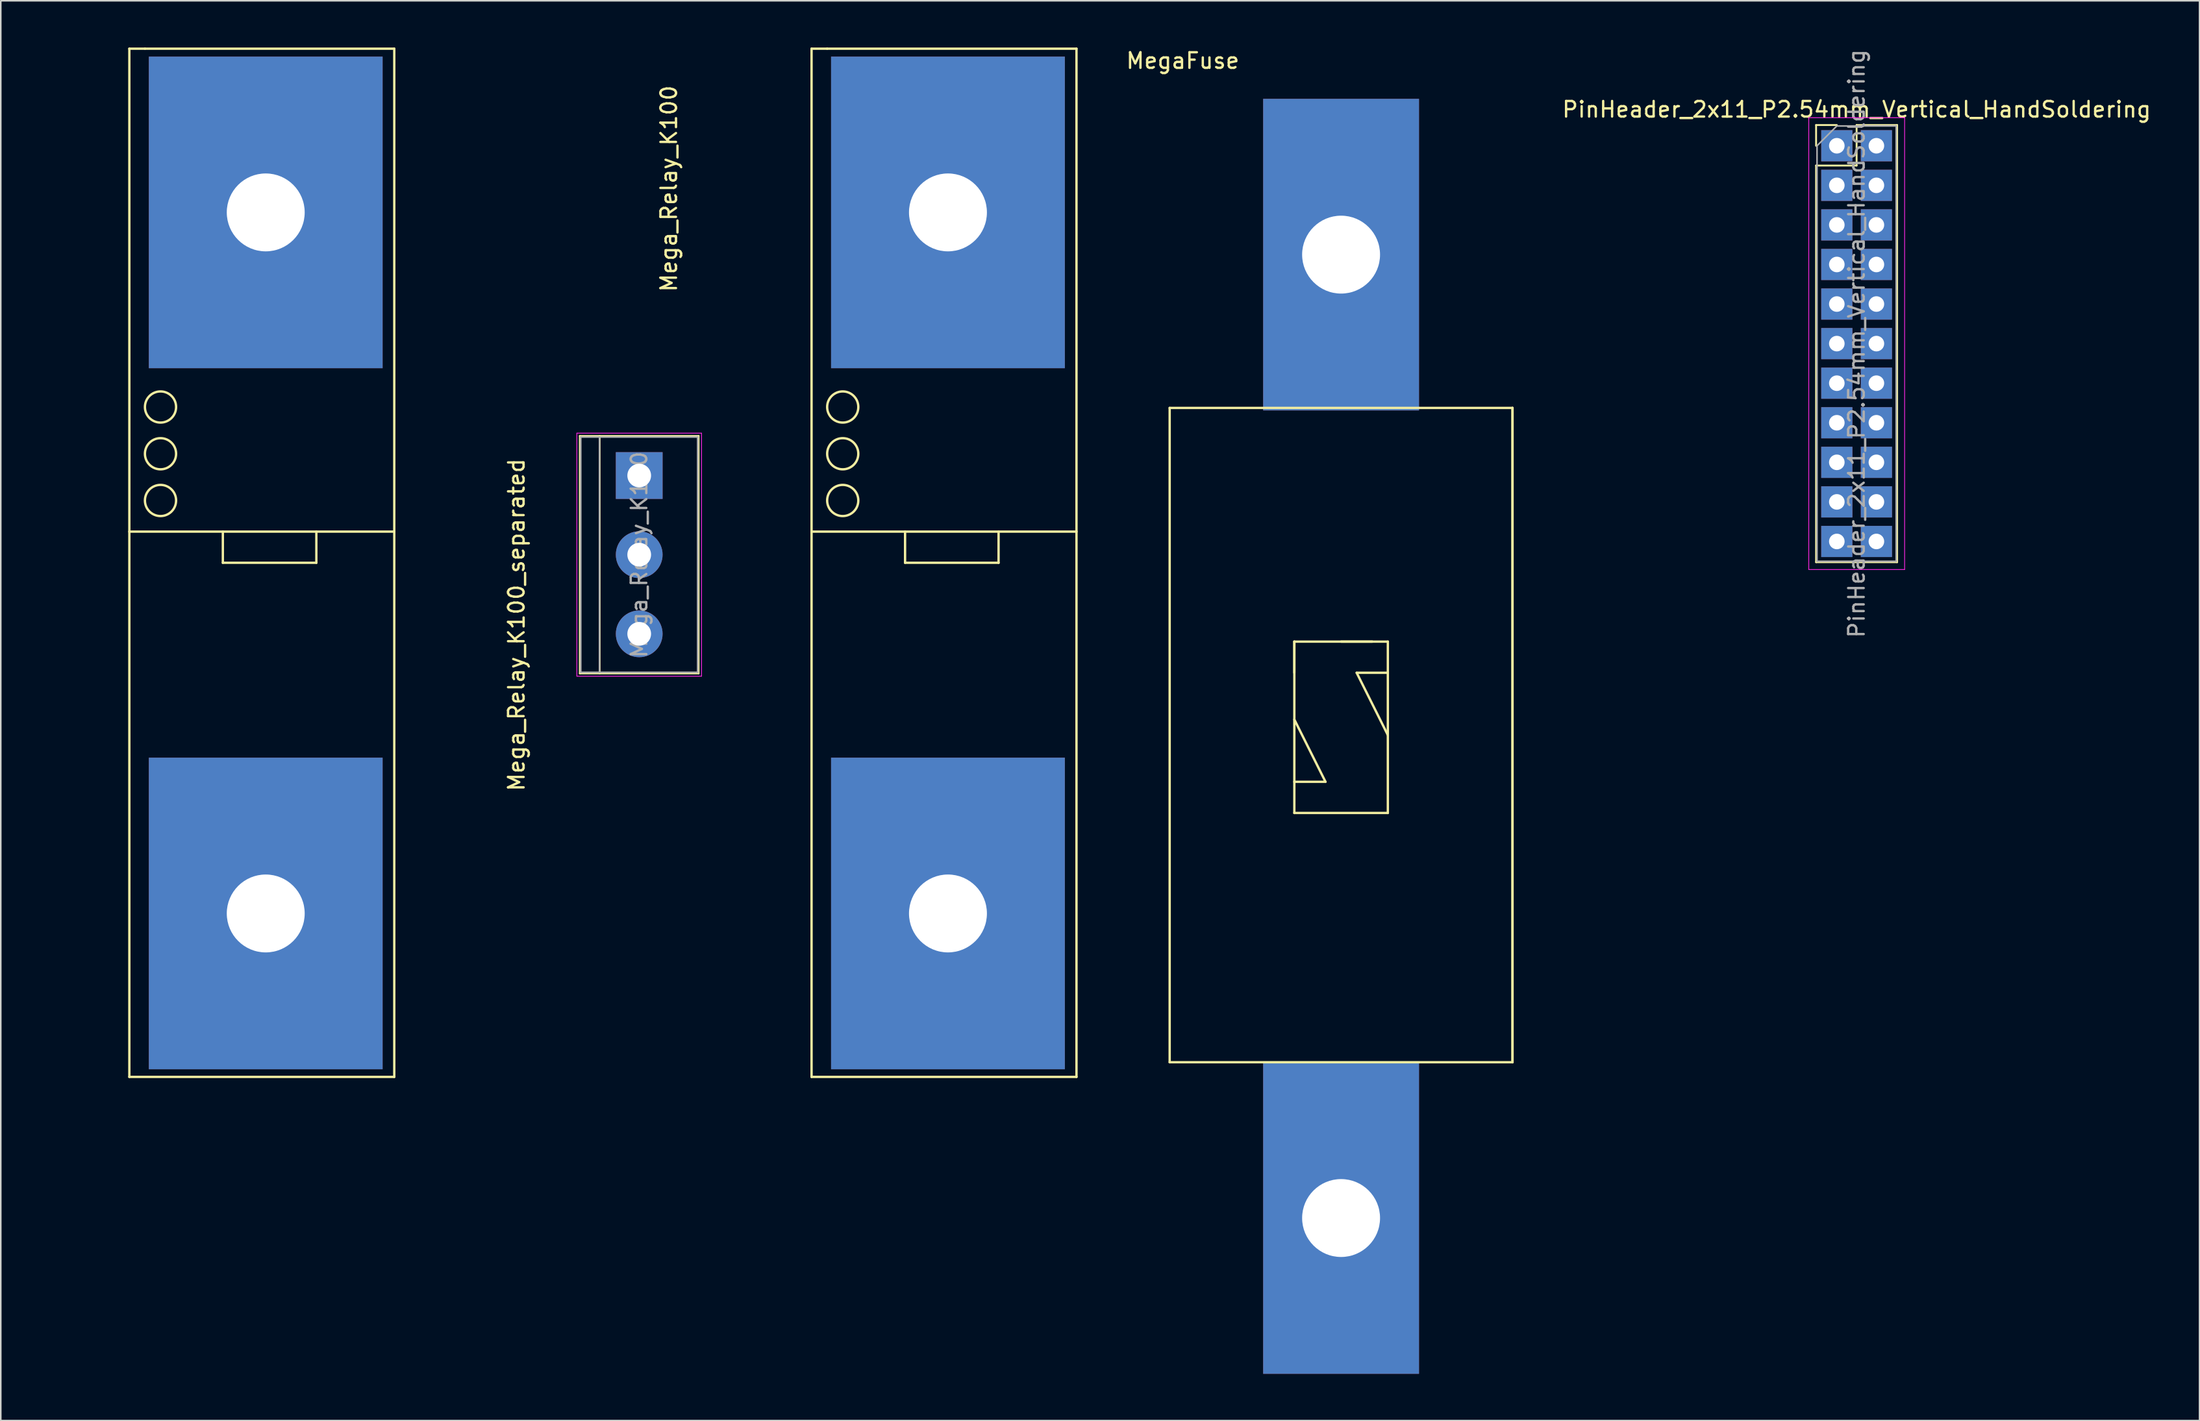
<source format=kicad_pcb>
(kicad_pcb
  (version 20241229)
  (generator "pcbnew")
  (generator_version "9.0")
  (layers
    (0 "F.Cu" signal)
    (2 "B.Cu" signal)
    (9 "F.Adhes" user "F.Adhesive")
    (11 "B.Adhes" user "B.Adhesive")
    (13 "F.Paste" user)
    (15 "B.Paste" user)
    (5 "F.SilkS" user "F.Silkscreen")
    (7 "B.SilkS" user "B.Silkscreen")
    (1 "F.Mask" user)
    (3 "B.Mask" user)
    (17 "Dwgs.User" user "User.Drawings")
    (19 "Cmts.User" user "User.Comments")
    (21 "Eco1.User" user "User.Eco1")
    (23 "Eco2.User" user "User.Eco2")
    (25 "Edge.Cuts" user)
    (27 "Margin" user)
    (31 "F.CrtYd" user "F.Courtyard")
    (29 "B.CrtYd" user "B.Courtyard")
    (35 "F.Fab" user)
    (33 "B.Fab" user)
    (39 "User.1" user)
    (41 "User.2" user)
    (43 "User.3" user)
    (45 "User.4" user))
  (footprint "Mega_Relay_K100"
    (layer "F.Cu")
    (at 44.028 30.075)
    (property "Reference" "Mega_Relay_K100" (at -4.155 -21.015 90) (layer "F.SilkS") (effects (font (size 1 1) (thickness 0.15))))
    (attr through_hole)
    (fp_line (start -9.87 -5.14) (end -9.87 10.1) (stroke (width 0.12) (type solid)) (layer "F.SilkS"))
    (fp_line (start -9.87 -5.14) (end -2.25 -5.14) (stroke (width 0.12) (type solid)) (layer "F.SilkS"))
    (fp_line (start -9.87 10.1) (end -2.25 10.1) (stroke (width 0.12) (type solid)) (layer "F.SilkS"))
    (fp_line (start -8.6 -5.14) (end -8.6 10.1) (stroke (width 0.12) (type solid)) (layer "F.SilkS"))
    (fp_line (start -2.25 -5.14) (end -2.25 10.1) (stroke (width 0.12) (type solid)) (layer "F.SilkS"))
    (fp_line (start 5 -30) (end 6 -30) (stroke (width 0.15) (type solid)) (layer "F.SilkS"))
    (fp_line (start 5 36) (end 5 -30) (stroke (width 0.15) (type solid)) (layer "F.SilkS"))
    (fp_line (start 6 -30) (end 22 -30) (stroke (width 0.15) (type solid)) (layer "F.SilkS"))
    (fp_line (start 11 1) (end 11 3) (stroke (width 0.15) (type solid)) (layer "F.SilkS"))
    (fp_line (start 11 3) (end 17 3) (stroke (width 0.15) (type solid)) (layer "F.SilkS"))
    (fp_line (start 17 3) (end 17 1) (stroke (width 0.15) (type solid)) (layer "F.SilkS"))
    (fp_line (start 22 -30) (end 22 36) (stroke (width 0.15) (type solid)) (layer "F.SilkS"))
    (fp_line (start 22 1) (end 5 1) (stroke (width 0.15) (type solid)) (layer "F.SilkS"))
    (fp_line (start 22 36) (end 5 36) (stroke (width 0.15) (type solid)) (layer "F.SilkS"))
    (fp_circle (center 7 -7) (end 8 -7) (stroke (width 0.15) (type solid)) (fill no) (layer "F.SilkS"))
    (fp_circle (center 7 -4) (end 8 -4) (stroke (width 0.15) (type solid)) (fill no) (layer "F.SilkS"))
    (fp_circle (center 7 -1) (end 8 -1) (stroke (width 0.15) (type solid)) (fill no) (layer "F.SilkS"))
    (fp_line (start -10.06 10.28) (end -10.06 -5.32) (stroke (width 0.05) (type solid)) (layer "F.CrtYd"))
    (fp_line (start -10.06 10.28) (end -2.06 10.28) (stroke (width 0.05) (type solid)) (layer "F.CrtYd"))
    (fp_line (start -2.06 -5.32) (end -10.06 -5.32) (stroke (width 0.05) (type solid)) (layer "F.CrtYd"))
    (fp_line (start -2.06 -5.32) (end -2.06 10.28) (stroke (width 0.05) (type solid)) (layer "F.CrtYd"))
    (fp_line (start -9.81 -5.07) (end -2.31 -5.07) (stroke (width 0.1) (type solid)) (layer "F.Fab"))
    (fp_line (start -9.81 10.03) (end -9.81 -5.07) (stroke (width 0.1) (type solid)) (layer "F.Fab"))
    (fp_line (start -8.61 -5.07) (end -8.61 10.03) (stroke (width 0.1) (type solid)) (layer "F.Fab"))
    (fp_line (start -2.31 -5.07) (end -2.31 10.03) (stroke (width 0.1) (type solid)) (layer "F.Fab"))
    (fp_line (start -2.31 10.03) (end -9.81 10.03) (stroke (width 0.1) (type solid)) (layer "F.Fab"))
    (fp_text user "${REFERENCE}" (at -6.06 2.48 270) (layer "F.Fab") (effects (font (size 1 1) (thickness 0.15))))
    (pad "1" thru_hole rect (at -6.06 -2.6 270) (size 3 3) (drill 1.52) (layers "*.Cu" "*.Mask"))
    (pad "2" thru_hole circle (at -6.06 2.48 270) (size 3 3) (drill 1.52) (layers "*.Cu" "*.Mask"))
    (pad "3" thru_hole circle (at -6.06 7.56 270) (size 3 3) (drill 1.52) (layers "*.Cu" "*.Mask"))
    (pad "4" thru_hole rect (at 13.752 -19.491) (size 15 20) (drill 5) (layers "*.Cu" "*.Mask"))
    (pad "5" thru_hole rect (at 13.752 25.509) (size 15 20) (drill 5) (layers "*.Cu" "*.Mask")))
  (footprint "MegaFuse"
    (layer "F.Cu")
    (at 83.007 3.134)
    (property "Reference" "MegaFuse" (at -10.16 -2.286 0) (layer "F.SilkS") (effects (font (size 1 1) (thickness 0.15))))
    (attr through_hole)
    (fp_line (start -11 20) (end -11 62) (stroke (width 0.15) (type solid)) (layer "F.SilkS"))
    (fp_line (start -11 20) (end 11 20) (stroke (width 0.15) (type solid)) (layer "F.SilkS"))
    (fp_line (start -11 62) (end 11 62) (stroke (width 0.15) (type solid)) (layer "F.SilkS"))
    (fp_line (start -3 35) (end -3 37) (stroke (width 0.15) (type solid)) (layer "F.SilkS"))
    (fp_line (start -3 35) (end 2 35) (stroke (width 0.15) (type solid)) (layer "F.SilkS"))
    (fp_line (start -3 44) (end -1 44) (stroke (width 0.15) (type solid)) (layer "F.SilkS"))
    (fp_line (start -3 46) (end -3 35) (stroke (width 0.15) (type solid)) (layer "F.SilkS"))
    (fp_line (start -1 44) (end -3 40) (stroke (width 0.15) (type solid)) (layer "F.SilkS"))
    (fp_line (start 0 35) (end 3 35) (stroke (width 0.15) (type solid)) (layer "F.SilkS"))
    (fp_line (start 1 37) (end 3 41) (stroke (width 0.15) (type solid)) (layer "F.SilkS"))
    (fp_line (start 3 35) (end 3 46) (stroke (width 0.15) (type solid)) (layer "F.SilkS"))
    (fp_line (start 3 37) (end 1 37) (stroke (width 0.15) (type solid)) (layer "F.SilkS"))
    (fp_line (start 3 46) (end -3 46) (stroke (width 0.15) (type solid)) (layer "F.SilkS"))
    (fp_line (start 11 62) (end 11 20) (stroke (width 0.15) (type solid)) (layer "F.SilkS"))
    (fp_line (start 11 62) (end 11 20) (stroke (width 0.15) (type solid)) (layer "F.SilkS"))
    (pad "1" thru_hole rect (at 0 10.16) (size 10 20) (drill 5) (layers "*.Cu" "*.Mask"))
    (pad "2" thru_hole rect (at 0 72) (size 10 20) (drill 5) (layers "*.Cu" "*.Mask")))
  (footprint "PinHeader_2x11_P2.54mm_Vertical_HandSoldering"
    (layer "F.Cu")
    (at 114.818 6.306)
    (property "Reference" "PinHeader_2x11_P2.54mm_Vertical_HandSoldering" (at 1.27 -2.33 0) (layer "F.SilkS") (effects (font (size 1 1) (thickness 0.15))))
    (attr through_hole)
    (fp_line (start -1.33 -1.33) (end 0 -1.33) (stroke (width 0.12) (type solid)) (layer "F.SilkS"))
    (fp_line (start -1.33 0) (end -1.33 -1.33) (stroke (width 0.12) (type solid)) (layer "F.SilkS"))
    (fp_line (start -1.33 1.27) (end -1.33 26.73) (stroke (width 0.12) (type solid)) (layer "F.SilkS"))
    (fp_line (start -1.33 1.27) (end 1.27 1.27) (stroke (width 0.12) (type solid)) (layer "F.SilkS"))
    (fp_line (start -1.33 26.73) (end 3.87 26.73) (stroke (width 0.12) (type solid)) (layer "F.SilkS"))
    (fp_line (start 1.27 -1.33) (end 3.87 -1.33) (stroke (width 0.12) (type solid)) (layer "F.SilkS"))
    (fp_line (start 1.27 1.27) (end 1.27 -1.33) (stroke (width 0.12) (type solid)) (layer "F.SilkS"))
    (fp_line (start 3.87 -1.33) (end 3.87 26.73) (stroke (width 0.12) (type solid)) (layer "F.SilkS"))
    (fp_line (start -1.8 -1.8) (end -1.8 27.2) (stroke (width 0.05) (type solid)) (layer "F.CrtYd"))
    (fp_line (start -1.8 27.2) (end 4.35 27.2) (stroke (width 0.05) (type solid)) (layer "F.CrtYd"))
    (fp_line (start 4.35 -1.8) (end -1.8 -1.8) (stroke (width 0.05) (type solid)) (layer "F.CrtYd"))
    (fp_line (start 4.35 27.2) (end 4.35 -1.8) (stroke (width 0.05) (type solid)) (layer "F.CrtYd"))
    (fp_line (start -1.27 0) (end 0 -1.27) (stroke (width 0.1) (type solid)) (layer "F.Fab"))
    (fp_line (start -1.27 26.67) (end -1.27 0) (stroke (width 0.1) (type solid)) (layer "F.Fab"))
    (fp_line (start 0 -1.27) (end 3.81 -1.27) (stroke (width 0.1) (type solid)) (layer "F.Fab"))
    (fp_line (start 3.81 -1.27) (end 3.81 26.67) (stroke (width 0.1) (type solid)) (layer "F.Fab"))
    (fp_line (start 3.81 26.67) (end -1.27 26.67) (stroke (width 0.1) (type solid)) (layer "F.Fab"))
    (fp_text user "${REFERENCE}" (at 1.27 12.7 90) (layer "F.Fab") (effects (font (size 1 1) (thickness 0.15))))
    (pad "1" thru_hole rect (at 0 0) (size 2 2) (drill 1) (layers "*.Cu" "*.Mask"))
    (pad "2" thru_hole rect (at 2.54 0) (size 2 2) (drill 1) (layers "*.Cu" "*.Mask"))
    (pad "3" thru_hole rect (at 0 2.54) (size 2 2) (drill 1) (layers "*.Cu" "*.Mask"))
    (pad "4" thru_hole rect (at 2.54 2.54) (size 2 2) (drill 1) (layers "*.Cu" "*.Mask"))
    (pad "5" thru_hole rect (at 0 5.08) (size 2 2) (drill 1) (layers "*.Cu" "*.Mask"))
    (pad "6" thru_hole rect (at 2.54 5.08) (size 2 2) (drill 1) (layers "*.Cu" "*.Mask"))
    (pad "7" thru_hole rect (at 0 7.62) (size 2 2) (drill 1) (layers "*.Cu" "*.Mask"))
    (pad "8" thru_hole rect (at 2.54 7.62) (size 2 2) (drill 1) (layers "*.Cu" "*.Mask"))
    (pad "9" thru_hole rect (at 0 10.16) (size 2 2) (drill 1) (layers "*.Cu" "*.Mask"))
    (pad "10" thru_hole rect (at 2.54 10.16) (size 2 2) (drill 1) (layers "*.Cu" "*.Mask"))
    (pad "11" thru_hole rect (at 0 12.7) (size 2 2) (drill 1) (layers "*.Cu" "*.Mask"))
    (pad "12" thru_hole rect (at 2.54 12.7) (size 2 2) (drill 1) (layers "*.Cu" "*.Mask"))
    (pad "13" thru_hole rect (at 0 15.24) (size 2 2) (drill 1) (layers "*.Cu" "*.Mask"))
    (pad "14" thru_hole rect (at 2.54 15.24) (size 2 2) (drill 1) (layers "*.Cu" "*.Mask"))
    (pad "15" thru_hole rect (at 0 17.78) (size 2 2) (drill 1) (layers "*.Cu" "*.Mask"))
    (pad "16" thru_hole rect (at 2.54 17.78) (size 2 2) (drill 1) (layers "*.Cu" "*.Mask"))
    (pad "17" thru_hole rect (at 0 20.32) (size 2 2) (drill 1) (layers "*.Cu" "*.Mask"))
    (pad "18" thru_hole rect (at 2.54 20.32) (size 2 2) (drill 1) (layers "*.Cu" "*.Mask"))
    (pad "19" thru_hole rect (at 0 22.86) (size 2 2) (drill 1) (layers "*.Cu" "*.Mask"))
    (pad "20" thru_hole rect (at 2.54 22.86) (size 2 2) (drill 1) (layers "*.Cu" "*.Mask"))
    (pad "21" thru_hole rect (at 0 25.4) (size 2 2) (drill 1) (layers "*.Cu" "*.Mask"))
    (pad "22" thru_hole rect (at 2.54 25.4) (size 2 2) (drill 1) (layers "*.Cu" "*.Mask")))
  (footprint "Mega_Relay_K100_separated"
    (layer "F.Cu")
    (at 0.25 30.075)
    (property "Reference" "Mega_Relay_K100_separated" (at 29.845 6.985 90) (layer "F.SilkS") (effects (font (size 1 1) (thickness 0.15))))
    (attr through_hole)
    (fp_line (start 5 -30) (end 6 -30) (stroke (width 0.15) (type solid)) (layer "F.SilkS"))
    (fp_line (start 5 36) (end 5 -30) (stroke (width 0.15) (type solid)) (layer "F.SilkS"))
    (fp_line (start 6 -30) (end 22 -30) (stroke (width 0.15) (type solid)) (layer "F.SilkS"))
    (fp_line (start 11 1) (end 11 3) (stroke (width 0.15) (type solid)) (layer "F.SilkS"))
    (fp_line (start 11 3) (end 17 3) (stroke (width 0.15) (type solid)) (layer "F.SilkS"))
    (fp_line (start 17 3) (end 17 1) (stroke (width 0.15) (type solid)) (layer "F.SilkS"))
    (fp_line (start 22 -30) (end 22 36) (stroke (width 0.15) (type solid)) (layer "F.SilkS"))
    (fp_line (start 22 1) (end 5 1) (stroke (width 0.15) (type solid)) (layer "F.SilkS"))
    (fp_line (start 22 36) (end 5 36) (stroke (width 0.15) (type solid)) (layer "F.SilkS"))
    (fp_circle (center 7 -7) (end 8 -7) (stroke (width 0.15) (type solid)) (fill no) (layer "F.SilkS"))
    (fp_circle (center 7 -4) (end 8 -4) (stroke (width 0.15) (type solid)) (fill no) (layer "F.SilkS"))
    (fp_circle (center 7 -1) (end 8 -1) (stroke (width 0.15) (type solid)) (fill no) (layer "F.SilkS"))
    (pad "4" thru_hole rect (at 13.752 -19.491) (size 15 20) (drill 5) (layers "*.Cu" "*.Mask"))
    (pad "5" thru_hole rect (at 13.752 25.509) (size 15 20) (drill 5) (layers "*.Cu" "*.Mask")))
  (gr_rect
    (start -3 -3)
    (end 138.094 88.134)
    (stroke (width 0.1) (type default))
    (fill no)
    (layer "Edge.Cuts")))
</source>
